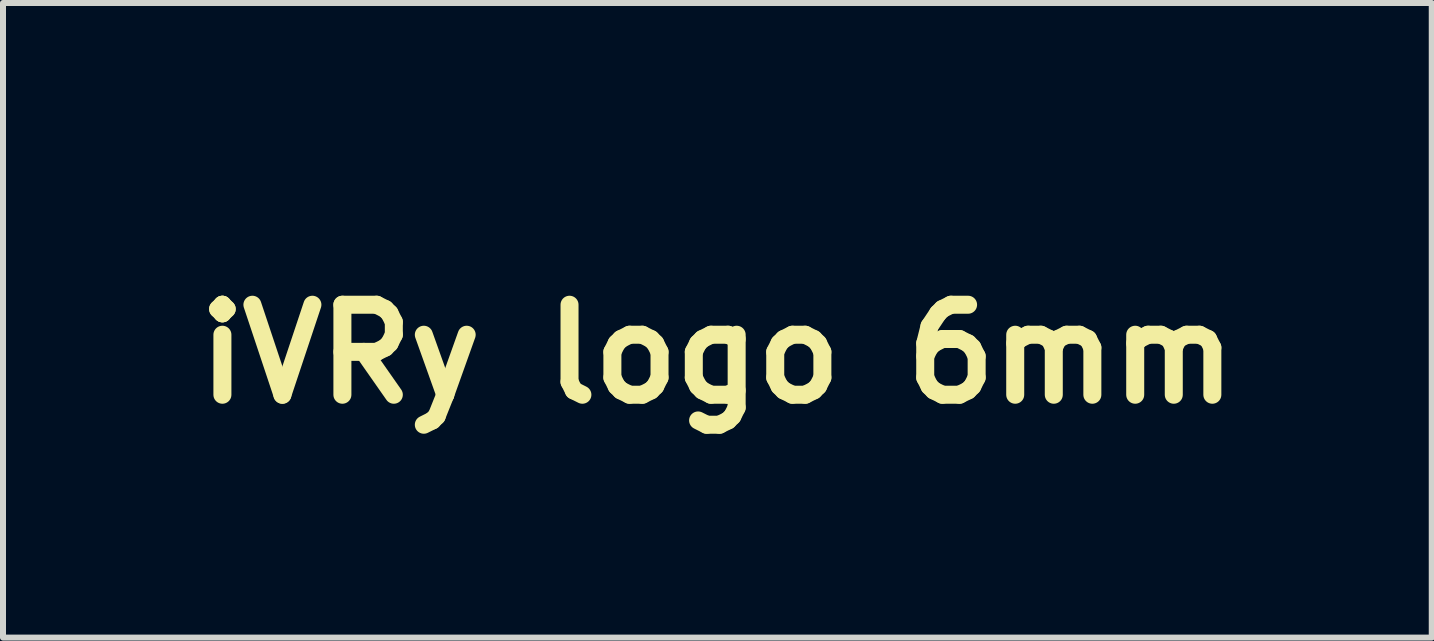
<source format=kicad_pcb>
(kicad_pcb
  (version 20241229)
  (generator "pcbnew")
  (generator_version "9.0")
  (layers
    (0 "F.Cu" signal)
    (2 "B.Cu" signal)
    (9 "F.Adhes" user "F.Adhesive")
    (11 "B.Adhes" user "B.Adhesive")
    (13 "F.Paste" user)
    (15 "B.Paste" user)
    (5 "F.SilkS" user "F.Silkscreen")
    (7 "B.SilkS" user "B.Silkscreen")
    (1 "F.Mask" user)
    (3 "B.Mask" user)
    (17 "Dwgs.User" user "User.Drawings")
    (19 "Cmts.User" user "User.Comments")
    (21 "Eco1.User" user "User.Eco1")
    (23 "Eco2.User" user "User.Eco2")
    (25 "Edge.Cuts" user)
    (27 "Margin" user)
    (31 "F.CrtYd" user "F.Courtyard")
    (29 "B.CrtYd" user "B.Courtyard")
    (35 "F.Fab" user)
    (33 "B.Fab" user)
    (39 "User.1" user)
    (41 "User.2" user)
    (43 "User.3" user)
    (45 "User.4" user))
  (footprint "iVRy logo 6mm"
    (layer "F.Cu")
    (at 8.907 2.851)
    (property "Reference" "iVRy logo 6mm" (at 0 0 0) (layer "F.SilkS") (effects (font (size 1.5 1.5) (thickness 0.3))))
    (attr board_only exclude_from_pos_files exclude_from_bom)
    (fp_poly (pts (xy -1.74 0.923) (xy -1.748 0.93) (xy -1.755 0.923) (xy -1.748 0.915)) (stroke (width 0) (type solid)) (fill yes) (layer "F.Mask"))
    (fp_poly (pts (xy -1.455 1.088) (xy -1.463 1.095) (xy -1.47 1.088) (xy -1.463 1.08)) (stroke (width 0) (type solid)) (fill yes) (layer "F.Mask"))
    (fp_poly (pts (xy -1.41 0.323) (xy -1.418 0.33) (xy -1.425 0.323) (xy -1.418 0.315)) (stroke (width 0) (type solid)) (fill yes) (layer "F.Mask"))
    (fp_poly (pts (xy -1.38 0.278) (xy -1.388 0.285) (xy -1.395 0.278) (xy -1.388 0.27)) (stroke (width 0) (type solid)) (fill yes) (layer "F.Mask"))
    (fp_poly (pts (xy -1.29 0.743) (xy -1.298 0.75) (xy -1.305 0.743) (xy -1.298 0.735)) (stroke (width 0) (type solid)) (fill yes) (layer "F.Mask"))
    (fp_poly (pts (xy -1.26 0.113) (xy -1.268 0.12) (xy -1.275 0.113) (xy -1.268 0.105)) (stroke (width 0) (type solid)) (fill yes) (layer "F.Mask"))
    (fp_poly (pts (xy -1.245 0.083) (xy -1.253 0.09) (xy -1.26 0.083) (xy -1.253 0.075)) (stroke (width 0) (type solid)) (fill yes) (layer "F.Mask"))
    (fp_poly (pts (xy -1.23 0.008) (xy -1.238 0.015) (xy -1.245 0.008) (xy -1.238 0)) (stroke (width 0) (type solid)) (fill yes) (layer "F.Mask"))
    (fp_poly (pts (xy -1.095 -0.233) (xy -1.103 -0.225) (xy -1.11 -0.233) (xy -1.103 -0.24)) (stroke (width 0) (type solid)) (fill yes) (layer "F.Mask"))
    (fp_poly (pts (xy -1.095 -0.173) (xy -1.103 -0.165) (xy -1.11 -0.173) (xy -1.103 -0.18)) (stroke (width 0) (type solid)) (fill yes) (layer "F.Mask"))
    (fp_poly (pts (xy -1.05 0.263) (xy -1.058 0.27) (xy -1.065 0.263) (xy -1.058 0.255)) (stroke (width 0) (type solid)) (fill yes) (layer "F.Mask"))
    (fp_poly (pts (xy -1.035 0.353) (xy -1.043 0.36) (xy -1.05 0.353) (xy -1.043 0.345)) (stroke (width 0) (type solid)) (fill yes) (layer "F.Mask"))
    (fp_poly (pts (xy -0.915 -0.518) (xy -0.923 -0.51) (xy -0.93 -0.518) (xy -0.923 -0.525)) (stroke (width 0) (type solid)) (fill yes) (layer "F.Mask"))
    (fp_poly (pts (xy -0.69 -0.278) (xy -0.698 -0.27) (xy -0.705 -0.278) (xy -0.698 -0.285)) (stroke (width 0) (type solid)) (fill yes) (layer "F.Mask"))
    (fp_poly (pts (xy -0.69 -0.233) (xy -0.698 -0.225) (xy -0.705 -0.233) (xy -0.698 -0.24)) (stroke (width 0) (type solid)) (fill yes) (layer "F.Mask"))
    (fp_poly (pts (xy -0.57 -0.593) (xy -0.578 -0.585) (xy -0.585 -0.593) (xy -0.578 -0.6)) (stroke (width 0) (type solid)) (fill yes) (layer "F.Mask"))
    (fp_poly (pts (xy -0.405 -1.388) (xy -0.413 -1.38) (xy -0.42 -1.388) (xy -0.413 -1.395)) (stroke (width 0) (type solid)) (fill yes) (layer "F.Mask"))
    (fp_poly (pts (xy -0.33 -0.953) (xy -0.338 -0.945) (xy -0.345 -0.953) (xy -0.338 -0.96)) (stroke (width 0) (type solid)) (fill yes) (layer "F.Mask"))
    (fp_poly (pts (xy 2.295 1.313) (xy 2.288 1.32) (xy 2.28 1.313) (xy 2.288 1.305)) (stroke (width 0) (type solid)) (fill yes) (layer "F.Mask"))
    (fp_poly (pts (xy -0.425 -1.342) (xy -0.433 -1.331) (xy -0.446 -1.322) (xy -0.443 -1.337) (xy -0.442 -1.34) (xy -0.43 -1.358) (xy -0.423 -1.358)) (stroke (width 0) (type solid)) (fill yes) (layer "F.Mask"))
    (fp_poly (pts (xy 0.065 -0.288) (xy 0.152 -0.264) (xy 0.233 -0.216) (xy 0.295 -0.152) (xy 0.345 -0.066) (xy 0.368 0.025) (xy 0.366 0.116) (xy 0.342 0.204) (xy 0.298 0.283) (xy 0.235 0.35) (xy 0.156 0.399) (xy 0.063 0.426) (xy 0.034 0.429) (xy -0.06 0.425) (xy -0.119 0.41) (xy -0.205 0.364) (xy -0.274 0.296) (xy -0.323 0.212) (xy -0.35 0.119) (xy -0.35 0.055) (xy -0.155 0.055) (xy -0.147 0.118) (xy -0.143 0.129) (xy -0.105 0.186) (xy -0.052 0.221) (xy 0.008 0.233) (xy 0.07 0.22) (xy 0.123 0.183) (xy 0.162 0.127) (xy 0.173 0.066) (xy 0.16 0.006) (xy 0.124 -0.047) (xy 0.066 -0.084) (xy 0.003 -0.097) (xy -0.056 -0.084) (xy -0.105 -0.051) (xy -0.14 -0.003) (xy -0.155 0.055) (xy -0.35 0.055) (xy -0.35 0.021) (xy -0.347 0.002) (xy -0.314 -0.093) (xy -0.262 -0.17) (xy -0.193 -0.23) (xy -0.112 -0.27) (xy -0.025 -0.29)) (stroke (width 0) (type solid)) (fill yes) (layer "F.Mask"))
    (fp_poly (pts (xy 0.004 -2.847) (xy 0.378 -2.843) (xy 0.461 -2.701) (xy 0.507 -2.622) (xy 0.567 -2.519) (xy 0.641 -2.391) (xy 0.729 -2.239) (xy 0.829 -2.065) (xy 0.942 -1.869) (xy 1.067 -1.652) (xy 1.204 -1.415) (xy 1.352 -1.158) (xy 1.511 -0.883) (xy 1.553 -0.81) (xy 1.702 -0.552) (xy 1.836 -0.318) (xy 1.957 -0.109) (xy 2.065 0.079) (xy 2.161 0.246) (xy 2.245 0.393) (xy 2.319 0.521) (xy 2.383 0.632) (xy 2.437 0.727) (xy 2.483 0.807) (xy 2.521 0.873) (xy 2.552 0.927) (xy 2.576 0.97) (xy 2.594 1.003) (xy 2.608 1.027) (xy 2.617 1.044) (xy 2.622 1.055) (xy 2.625 1.061) (xy 2.625 1.063) (xy 2.618 1.078) (xy 2.598 1.116) (xy 2.566 1.172) (xy 2.526 1.243) (xy 2.479 1.326) (xy 2.44 1.395) (xy 2.254 1.718) (xy 0.002 1.722) (xy -2.25 1.725) (xy -2.271 1.692) (xy -2.299 1.645) (xy -2.336 1.584) (xy -2.343 1.572) (xy -2.171 1.572) (xy -2.167 1.574) (xy -2.151 1.577) (xy -2.122 1.579) (xy -2.079 1.581) (xy -2.022 1.582) (xy -1.947 1.584) (xy -1.855 1.585) (xy -1.744 1.586) (xy -1.613 1.587) (xy -1.461 1.588) (xy -1.286 1.589) (xy -1.087 1.589) (xy -0.864 1.59) (xy -0.614 1.59) (xy -0.336 1.59) (xy -0.03 1.59) (xy -0.001 1.59) (xy 2.175 1.59) (xy 2.213 1.531) (xy 2.236 1.491) (xy 2.251 1.46) (xy 2.254 1.452) (xy 2.264 1.429) (xy 2.268 1.425) (xy 2.279 1.41) (xy 2.302 1.375) (xy 2.33 1.327) (xy 2.338 1.313) (xy 2.399 1.208) (xy 0.452 1.2) (xy -1.495 1.193) (xy -1.432 1.084) (xy -1.295 1.084) (xy -1.279 1.085) (xy -1.236 1.086) (xy -1.168 1.088) (xy -1.075 1.089) (xy -0.962 1.09) (xy -0.83 1.091) (xy -0.68 1.091) (xy -0.516 1.092) (xy -0.34 1.093) (xy -0.153 1.094) (xy 0.042 1.094) (xy 0.244 1.094) (xy 0.449 1.095) (xy 0.655 1.095) (xy 0.861 1.095) (xy 1.065 1.095) (xy 1.263 1.095) (xy 1.455 1.095) (xy 1.637 1.095) (xy 1.808 1.095) (xy 1.965 1.094) (xy 2.106 1.093) (xy 2.23 1.093) (xy 2.333 1.092) (xy 2.414 1.091) (xy 2.471 1.09) (xy 2.501 1.089) (xy 2.505 1.088) (xy 2.498 1.073) (xy 2.479 1.038) (xy 2.451 0.989) (xy 2.432 0.957) (xy 2.415 0.928) (xy 2.385 0.875) (xy 2.341 0.799) (xy 2.285 0.703) (xy 2.219 0.588) (xy 2.142 0.455) (xy 2.057 0.307) (xy 1.963 0.145) (xy 1.863 -0.029) (xy 1.757 -0.214) (xy 1.646 -0.406) (xy 1.531 -0.606) (xy 1.448 -0.75) (xy 1.33 -0.955) (xy 1.215 -1.155) (xy 1.103 -1.349) (xy 0.996 -1.535) (xy 0.895 -1.711) (xy 0.8 -1.874) (xy 0.714 -2.024) (xy 0.636 -2.159) (xy 0.569 -2.275) (xy 0.512 -2.373) (xy 0.468 -2.449) (xy 0.437 -2.503) (xy 0.424 -2.524) (xy 0.311 -2.716) (xy 0.081 -2.716) (xy 0.001 -2.715) (xy -0.066 -2.714) (xy -0.117 -2.713) (xy -0.146 -2.711) (xy -0.15 -2.71) (xy -0.143 -2.696) (xy -0.123 -2.66) (xy -0.093 -2.607) (xy -0.056 -2.541) (xy -0.025 -2.488) (xy 0.019 -2.413) (xy 0.073 -2.319) (xy 0.135 -2.212) (xy 0.2 -2.099) (xy 0.265 -1.987) (xy 0.304 -1.92) (xy 0.371 -1.804) (xy 0.448 -1.671) (xy 0.529 -1.529) (xy 0.611 -1.389) (xy 0.686 -1.258) (xy 0.724 -1.193) (xy 0.785 -1.087) (xy 0.857 -0.962) (xy 0.937 -0.823) (xy 1.021 -0.678) (xy 1.105 -0.533) (xy 1.185 -0.393) (xy 1.23 -0.315) (xy 1.302 -0.191) (xy 1.375 -0.064) (xy 1.447 0.061) (xy 1.515 0.178) (xy 1.576 0.283) (xy 1.627 0.371) (xy 1.66 0.428) (xy 1.8 0.668) (xy 0.364 0.675) (xy -1.072 0.683) (xy -1.186 0.878) (xy -1.226 0.946) (xy -1.259 1.006) (xy -1.282 1.052) (xy -1.294 1.079) (xy -1.295 1.084) (xy -1.432 1.084) (xy -1.391 1.013) (xy -1.351 0.943) (xy -1.314 0.878) (xy -1.284 0.826) (xy -1.264 0.792) (xy -1.262 0.788) (xy -1.242 0.753) (xy -1.213 0.702) (xy -1.18 0.646) (xy -1.176 0.638) (xy -1.113 0.531) (xy -1.039 0.403) (xy -0.955 0.258) (xy -0.865 0.102) (xy -0.846 0.07) (xy -0.735 0.07) (xy -0.725 0.097) (xy -0.697 0.141) (xy -0.655 0.195) (xy -0.603 0.255) (xy -0.545 0.316) (xy -0.501 0.36) (xy -0.378 0.46) (xy -0.251 0.532) (xy -0.123 0.576) (xy 0.007 0.591) (xy 0.134 0.578) (xy 0.214 0.555) (xy 0.333 0.497) (xy 0.454 0.414) (xy 0.57 0.31) (xy 0.676 0.19) (xy 0.7 0.16) (xy 0.765 0.072) (xy 0.717 0.002) (xy 0.684 -0.041) (xy 0.639 -0.096) (xy 0.588 -0.153) (xy 0.571 -0.171) (xy 0.446 -0.286) (xy 0.318 -0.372) (xy 0.189 -0.428) (xy 0.059 -0.454) (xy -0.072 -0.45) (xy -0.203 -0.417) (xy -0.332 -0.354) (xy -0.46 -0.261) (xy -0.496 -0.229) (xy -0.555 -0.171) (xy -0.612 -0.109) (xy -0.662 -0.049) (xy -0.702 0.004) (xy -0.728 0.047) (xy -0.735 0.07) (xy -0.846 0.07) (xy -0.771 -0.06) (xy -0.676 -0.225) (xy -0.633 -0.3) (xy -0.575 -0.401) (xy -0.519 -0.499) (xy -0.466 -0.591) (xy -0.42 -0.67) (xy -0.384 -0.733) (xy -0.364 -0.768) (xy -0.334 -0.824) (xy -0.315 -0.869) (xy -0.308 -0.897) (xy -0.309 -0.902) (xy -0.311 -0.913) (xy -0.303 -0.91) (xy -0.287 -0.916) (xy -0.262 -0.946) (xy -0.233 -0.991) (xy -0.207 -1.037) (xy -0.188 -1.071) (xy -0.18 -1.088) (xy -0.18 -1.088) (xy -0.173 -1.103) (xy -0.153 -1.137) (xy -0.126 -1.183) (xy -0.119 -1.194) (xy -0.059 -1.293) (xy -0.137 -1.43) (xy -0.173 -1.495) (xy -0.207 -1.556) (xy -0.235 -1.604) (xy -0.246 -1.624) (xy -0.267 -1.658) (xy -0.282 -1.678) (xy -0.285 -1.68) (xy -0.296 -1.668) (xy -0.315 -1.637) (xy -0.33 -1.61) (xy -0.354 -1.566) (xy -0.388 -1.506) (xy -0.426 -1.439) (xy -0.451 -1.396) (xy -0.53 -1.261) (xy -0.595 -1.15) (xy -0.646 -1.061) (xy -0.686 -0.99) (xy -0.716 -0.936) (xy -0.737 -0.896) (xy -0.75 -0.869) (xy -0.756 -0.851) (xy -0.757 -0.841) (xy -0.756 -0.838) (xy -0.754 -0.827) (xy -0.76 -0.83) (xy -0.772 -0.825) (xy -0.793 -0.8) (xy -0.824 -0.752) (xy -0.866 -0.681) (xy -0.914 -0.595) (xy -0.941 -0.549) (xy -0.967 -0.506) (xy -0.972 -0.498) (xy -0.984 -0.475) (xy -0.981 -0.469) (xy -0.979 -0.47) (xy -0.967 -0.472) (xy -0.969 -0.458) (xy -0.983 -0.442) (xy -0.99 -0.443) (xy -1.004 -0.436) (xy -1.026 -0.409) (xy -1.036 -0.394) (xy -1.065 -0.344) (xy -1.107 -0.272) (xy -1.159 -0.182) (xy -1.219 -0.078) (xy -1.285 0.036) (xy -1.354 0.155) (xy -1.424 0.277) (xy -1.493 0.396) (xy -1.545 0.488) (xy -1.651 0.672) (xy -1.744 0.834) (xy -1.823 0.972) (xy -1.889 1.086) (xy -1.941 1.175) (xy -1.979 1.24) (xy -2.003 1.279) (xy -2.01 1.29) (xy -2.04 1.338) (xy -2.071 1.393) (xy -2.099 1.448) (xy -2.122 1.497) (xy -2.135 1.532) (xy -2.137 1.547) (xy -2.139 1.557) (xy -2.146 1.557) (xy -2.167 1.565) (xy -2.171 1.572) (xy -2.343 1.572) (xy -2.378 1.512) (xy -2.423 1.433) (xy -2.47 1.352) (xy -2.514 1.273) (xy -2.554 1.201) (xy -2.587 1.14) (xy -2.612 1.094) (xy -2.622 1.072) (xy -2.487 1.072) (xy -2.487 1.073) (xy -2.477 1.097) (xy -2.455 1.138) (xy -2.425 1.191) (xy -2.391 1.251) (xy -2.354 1.311) (xy -2.32 1.367) (xy -2.29 1.412) (xy -2.269 1.442) (xy -2.26 1.451) (xy -2.249 1.437) (xy -2.226 1.402) (xy -2.193 1.348) (xy -2.152 1.281) (xy -2.107 1.204) (xy -2.105 1.2) (xy -2.075 1.149) (xy -2.032 1.075) (xy -1.977 0.979) (xy -1.911 0.865) (xy -1.835 0.734) (xy -1.752 0.59) (xy -1.662 0.434) (xy -1.566 0.269) (xy -1.467 0.098) (xy -1.365 -0.078) (xy -1.298 -0.195) (xy -1.156 -0.441) (xy -1.028 -0.661) (xy -0.914 -0.859) (xy -0.812 -1.034) (xy -0.722 -1.189) (xy -0.644 -1.324) (xy -0.576 -1.441) (xy -0.518 -1.542) (xy -0.469 -1.626) (xy -0.427 -1.697) (xy -0.394 -1.754) (xy -0.366 -1.8) (xy -0.345 -1.836) (xy -0.329 -1.862) (xy -0.317 -1.881) (xy -0.309 -1.893) (xy -0.304 -1.9) (xy -0.3 -1.904) (xy -0.298 -1.905) (xy -0.293 -1.899) (xy -0.28 -1.879) (xy -0.26 -1.846) (xy -0.231 -1.798) (xy -0.193 -1.733) (xy -0.145 -1.652) (xy -0.087 -1.553) (xy -0.018 -1.436) (xy 0.061 -1.298) (xy 0.153 -1.141) (xy 0.256 -0.962) (xy 0.373 -0.76) (xy 0.502 -0.536) (xy 0.646 -0.287) (xy 0.804 -0.013) (xy 0.807 -0.008) (xy 1.135 0.563) (xy 1.37 0.567) (xy 1.45 0.568) (xy 1.519 0.568) (xy 1.57 0.567) (xy 1.6 0.565) (xy 1.605 0.564) (xy 1.598 0.55) (xy 1.577 0.512) (xy 1.544 0.454) (xy 1.501 0.378) (xy 1.449 0.287) (xy 1.389 0.183) (xy 1.323 0.069) (xy 1.273 -0.018) (xy 1.197 -0.149) (xy 1.12 -0.282) (xy 1.045 -0.412) (xy 0.974 -0.535) (xy 0.91 -0.647) (xy 0.854 -0.743) (xy 0.81 -0.819) (xy 0.798 -0.84) (xy 0.757 -0.912) (xy 0.703 -1.006) (xy 0.637 -1.119) (xy 0.563 -1.247) (xy 0.483 -1.387) (xy 0.397 -1.535) (xy 0.31 -1.687) (xy 0.221 -1.84) (xy 0.134 -1.99) (xy 0.051 -2.134) (xy -0.026 -2.268) (xy -0.096 -2.389) (xy -0.146 -2.475) (xy -0.191 -2.55) (xy -0.23 -2.615) (xy -0.263 -2.666) (xy -0.287 -2.698) (xy -0.297 -2.708) (xy -0.302 -2.704) (xy -0.311 -2.692) (xy -0.325 -2.67) (xy -0.346 -2.638) (xy -0.372 -2.595) (xy -0.406 -2.539) (xy -0.447 -2.469) (xy -0.497 -2.386) (xy -0.555 -2.287) (xy -0.622 -2.172) (xy -0.7 -2.039) (xy -0.788 -1.888) (xy -0.886 -1.718) (xy -0.997 -1.527) (xy -1.12 -1.316) (xy -1.255 -1.082) (xy -1.404 -0.824) (xy -1.567 -0.543) (xy -1.703 -0.308) (xy -1.785 -0.164) (xy -1.871 -0.016) (xy -1.957 0.133) (xy -2.041 0.277) (xy -2.119 0.413) (xy -2.19 0.536) (xy -2.251 0.64) (xy -2.283 0.697) (xy -2.338 0.791) (xy -2.386 0.878) (xy -2.428 0.952) (xy -2.459 1.012) (xy -2.48 1.053) (xy -2.487 1.072) (xy -2.622 1.072) (xy -2.624 1.068) (xy -2.626 1.064) (xy -2.618 1.046) (xy -2.598 1.006) (xy -2.567 0.949) (xy -2.527 0.877) (xy -2.48 0.797) (xy -2.462 0.766) (xy -2.419 0.692) (xy -2.363 0.596) (xy -2.298 0.484) (xy -2.225 0.358) (xy -2.148 0.225) (xy -2.069 0.088) (xy -1.99 -0.049) (xy -1.957 -0.105) (xy -1.876 -0.245) (xy -1.784 -0.405) (xy -1.683 -0.579) (xy -1.578 -0.761) (xy -1.472 -0.944) (xy -1.369 -1.123) (xy -1.271 -1.291) (xy -1.215 -1.388) (xy -1.13 -1.536) (xy -1.041 -1.689) (xy -0.952 -1.843) (xy -0.864 -1.994) (xy -0.782 -2.137) (xy -0.707 -2.267) (xy -0.642 -2.379) (xy -0.593 -2.464) (xy -0.37 -2.851)) (stroke (width 0) (type solid)) (fill yes) (layer "F.Mask")))
  (gr_rect
    (start -3 -3)
    (end 20.814 7.577)
    (stroke (width 0.1) (type default))
    (fill no)
    (layer "Edge.Cuts")))
</source>
